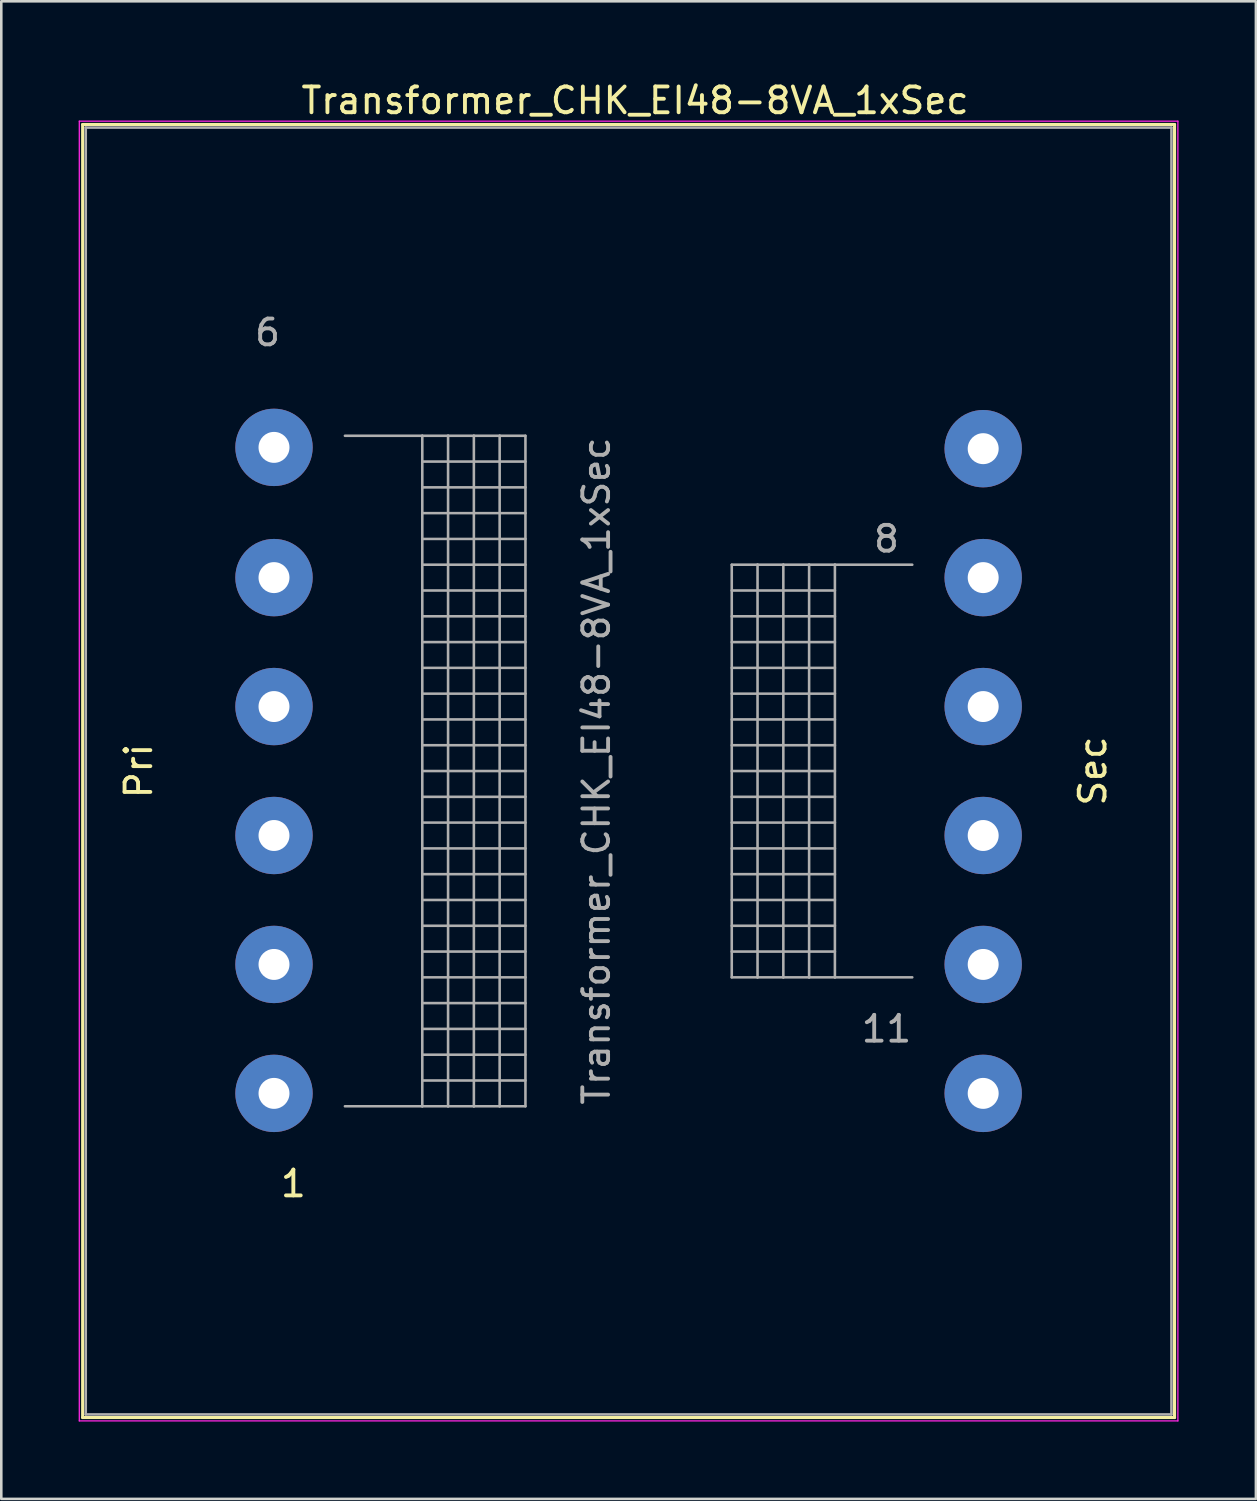
<source format=kicad_pcb>
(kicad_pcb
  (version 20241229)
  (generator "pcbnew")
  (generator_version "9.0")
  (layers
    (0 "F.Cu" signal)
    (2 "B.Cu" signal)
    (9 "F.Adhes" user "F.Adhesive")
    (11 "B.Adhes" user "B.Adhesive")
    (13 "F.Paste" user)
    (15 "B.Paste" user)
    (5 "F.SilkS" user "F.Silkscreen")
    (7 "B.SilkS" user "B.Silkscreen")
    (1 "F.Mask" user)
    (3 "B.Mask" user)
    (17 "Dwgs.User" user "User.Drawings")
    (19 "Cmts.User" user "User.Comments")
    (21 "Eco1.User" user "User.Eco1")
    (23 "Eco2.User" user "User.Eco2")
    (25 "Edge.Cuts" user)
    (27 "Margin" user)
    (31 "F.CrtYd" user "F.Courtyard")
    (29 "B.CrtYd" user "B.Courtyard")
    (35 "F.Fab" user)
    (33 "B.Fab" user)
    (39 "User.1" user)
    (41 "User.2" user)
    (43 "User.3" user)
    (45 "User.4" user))
  (footprint "Transformer_CHK_EI48-8VA_1xSec"
    (layer "F.Cu")
    (at 7.575 39.348)
    (property "Reference" "Transformer_CHK_EI48-8VA_1xSec" (at 14 -38.5 0) (layer "F.SilkS") (effects (font (size 1 1) (thickness 0.15))))
    (attr through_hole)
    (fp_line (start -7.42 -37.57) (end -7.42 12.57) (stroke (width 0.12) (type solid)) (layer "F.SilkS"))
    (fp_line (start -7.42 -37.57) (end 34.92 -37.57) (stroke (width 0.12) (type solid)) (layer "F.SilkS"))
    (fp_line (start 34.92 12.57) (end -7.42 12.57) (stroke (width 0.12) (type solid)) (layer "F.SilkS"))
    (fp_line (start 34.92 12.57) (end 34.92 -37.57) (stroke (width 0.12) (type solid)) (layer "F.SilkS"))
    (fp_line (start -7.55 -37.7) (end -7.55 12.7) (stroke (width 0.05) (type solid)) (layer "F.CrtYd"))
    (fp_line (start -7.55 -37.7) (end 35.05 -37.7) (stroke (width 0.05) (type solid)) (layer "F.CrtYd"))
    (fp_line (start 35.05 12.7) (end -7.55 12.7) (stroke (width 0.05) (type solid)) (layer "F.CrtYd"))
    (fp_line (start 35.05 12.7) (end 35.05 -37.7) (stroke (width 0.05) (type solid)) (layer "F.CrtYd"))
    (fp_line (start -7.3 -37.45) (end 34.8 -37.45) (stroke (width 0.1) (type solid)) (layer "F.Fab"))
    (fp_line (start -7.3 12.45) (end -7.3 -37.45) (stroke (width 0.1) (type solid)) (layer "F.Fab"))
    (fp_line (start 2.75 -25.5) (end 5.75 -25.5) (stroke (width 0.1) (type solid)) (layer "F.Fab"))
    (fp_line (start 5.75 -25.5) (end 5.75 0.5) (stroke (width 0.1) (type solid)) (layer "F.Fab"))
    (fp_line (start 5.75 -25.5) (end 6.75 -25.5) (stroke (width 0.1) (type solid)) (layer "F.Fab"))
    (fp_line (start 5.75 -24.5) (end 9.75 -24.5) (stroke (width 0.1) (type solid)) (layer "F.Fab"))
    (fp_line (start 5.75 -23.5) (end 9.75 -23.5) (stroke (width 0.1) (type solid)) (layer "F.Fab"))
    (fp_line (start 5.75 -22.5) (end 9.75 -22.5) (stroke (width 0.1) (type solid)) (layer "F.Fab"))
    (fp_line (start 5.75 -21.5) (end 9.75 -21.5) (stroke (width 0.1) (type solid)) (layer "F.Fab"))
    (fp_line (start 5.75 -20.5) (end 9.75 -20.5) (stroke (width 0.1) (type solid)) (layer "F.Fab"))
    (fp_line (start 5.75 -19.5) (end 9.75 -19.5) (stroke (width 0.1) (type solid)) (layer "F.Fab"))
    (fp_line (start 5.75 -18.5) (end 9.75 -18.5) (stroke (width 0.1) (type solid)) (layer "F.Fab"))
    (fp_line (start 5.75 -17.5) (end 9.75 -17.5) (stroke (width 0.1) (type solid)) (layer "F.Fab"))
    (fp_line (start 5.75 -16.5) (end 9.75 -16.5) (stroke (width 0.1) (type solid)) (layer "F.Fab"))
    (fp_line (start 5.75 -15.5) (end 9.75 -15.5) (stroke (width 0.1) (type solid)) (layer "F.Fab"))
    (fp_line (start 5.75 -14.5) (end 9.75 -14.5) (stroke (width 0.1) (type solid)) (layer "F.Fab"))
    (fp_line (start 5.75 -13.5) (end 9.75 -13.5) (stroke (width 0.1) (type solid)) (layer "F.Fab"))
    (fp_line (start 5.75 -12.5) (end 9.75 -12.5) (stroke (width 0.1) (type solid)) (layer "F.Fab"))
    (fp_line (start 5.75 -11.5) (end 9.75 -11.5) (stroke (width 0.1) (type solid)) (layer "F.Fab"))
    (fp_line (start 5.75 -10.5) (end 9.75 -10.5) (stroke (width 0.1) (type solid)) (layer "F.Fab"))
    (fp_line (start 5.75 -9.5) (end 9.75 -9.5) (stroke (width 0.1) (type solid)) (layer "F.Fab"))
    (fp_line (start 5.75 -8.5) (end 9.75 -8.5) (stroke (width 0.1) (type solid)) (layer "F.Fab"))
    (fp_line (start 5.75 -7.5) (end 9.75 -7.5) (stroke (width 0.1) (type solid)) (layer "F.Fab"))
    (fp_line (start 5.75 -6.5) (end 9.75 -6.5) (stroke (width 0.1) (type solid)) (layer "F.Fab"))
    (fp_line (start 5.75 -5.5) (end 9.75 -5.5) (stroke (width 0.1) (type solid)) (layer "F.Fab"))
    (fp_line (start 5.75 -4.5) (end 9.75 -4.5) (stroke (width 0.1) (type solid)) (layer "F.Fab"))
    (fp_line (start 5.75 -3.5) (end 9.75 -3.5) (stroke (width 0.1) (type solid)) (layer "F.Fab"))
    (fp_line (start 5.75 -2.5) (end 9.75 -2.5) (stroke (width 0.1) (type solid)) (layer "F.Fab"))
    (fp_line (start 5.75 -1.5) (end 9.75 -1.5) (stroke (width 0.1) (type solid)) (layer "F.Fab"))
    (fp_line (start 5.75 -0.5) (end 9.75 -0.5) (stroke (width 0.1) (type solid)) (layer "F.Fab"))
    (fp_line (start 5.75 0.5) (end 2.75 0.5) (stroke (width 0.1) (type solid)) (layer "F.Fab"))
    (fp_line (start 6.75 -25.5) (end 6.75 0.5) (stroke (width 0.1) (type solid)) (layer "F.Fab"))
    (fp_line (start 6.75 -25.5) (end 7.75 -25.5) (stroke (width 0.1) (type solid)) (layer "F.Fab"))
    (fp_line (start 6.75 0.5) (end 5.75 0.5) (stroke (width 0.1) (type solid)) (layer "F.Fab"))
    (fp_line (start 7.75 -25.5) (end 7.75 0.5) (stroke (width 0.1) (type solid)) (layer "F.Fab"))
    (fp_line (start 7.75 -25.5) (end 8.75 -25.5) (stroke (width 0.1) (type solid)) (layer "F.Fab"))
    (fp_line (start 7.75 0.5) (end 6.75 0.5) (stroke (width 0.1) (type solid)) (layer "F.Fab"))
    (fp_line (start 8.75 -25.5) (end 8.75 0.5) (stroke (width 0.1) (type solid)) (layer "F.Fab"))
    (fp_line (start 8.75 -25.5) (end 9.75 -25.5) (stroke (width 0.1) (type solid)) (layer "F.Fab"))
    (fp_line (start 8.75 0.5) (end 7.75 0.5) (stroke (width 0.1) (type solid)) (layer "F.Fab"))
    (fp_line (start 9.75 -25.5) (end 9.75 0.5) (stroke (width 0.1) (type solid)) (layer "F.Fab"))
    (fp_line (start 9.75 0.5) (end 8.75 0.5) (stroke (width 0.1) (type solid)) (layer "F.Fab"))
    (fp_line (start 17.75 -20.5) (end 17.75 -4.5) (stroke (width 0.1) (type solid)) (layer "F.Fab"))
    (fp_line (start 17.75 -19.5) (end 21.75 -19.5) (stroke (width 0.1) (type solid)) (layer "F.Fab"))
    (fp_line (start 17.75 -18.5) (end 21.75 -18.5) (stroke (width 0.1) (type solid)) (layer "F.Fab"))
    (fp_line (start 17.75 -17.5) (end 21.75 -17.5) (stroke (width 0.1) (type solid)) (layer "F.Fab"))
    (fp_line (start 17.75 -16.5) (end 21.75 -16.5) (stroke (width 0.1) (type solid)) (layer "F.Fab"))
    (fp_line (start 17.75 -15.5) (end 21.75 -15.5) (stroke (width 0.1) (type solid)) (layer "F.Fab"))
    (fp_line (start 17.75 -14.5) (end 21.75 -14.5) (stroke (width 0.1) (type solid)) (layer "F.Fab"))
    (fp_line (start 17.75 -13.5) (end 21.75 -13.5) (stroke (width 0.1) (type solid)) (layer "F.Fab"))
    (fp_line (start 17.75 -12.5) (end 21.75 -12.5) (stroke (width 0.1) (type solid)) (layer "F.Fab"))
    (fp_line (start 17.75 -11.5) (end 21.75 -11.5) (stroke (width 0.1) (type solid)) (layer "F.Fab"))
    (fp_line (start 17.75 -10.5) (end 21.75 -10.5) (stroke (width 0.1) (type solid)) (layer "F.Fab"))
    (fp_line (start 17.75 -9.5) (end 21.75 -9.5) (stroke (width 0.1) (type solid)) (layer "F.Fab"))
    (fp_line (start 17.75 -8.5) (end 21.75 -8.5) (stroke (width 0.1) (type solid)) (layer "F.Fab"))
    (fp_line (start 17.75 -7.5) (end 21.75 -7.5) (stroke (width 0.1) (type solid)) (layer "F.Fab"))
    (fp_line (start 17.75 -6.5) (end 21.75 -6.5) (stroke (width 0.1) (type solid)) (layer "F.Fab"))
    (fp_line (start 17.75 -5.5) (end 21.75 -5.5) (stroke (width 0.1) (type solid)) (layer "F.Fab"))
    (fp_line (start 17.75 -4.5) (end 18.75 -4.5) (stroke (width 0.1) (type solid)) (layer "F.Fab"))
    (fp_line (start 18.75 -20.5) (end 17.75 -20.5) (stroke (width 0.1) (type solid)) (layer "F.Fab"))
    (fp_line (start 18.75 -20.5) (end 18.75 -4.5) (stroke (width 0.1) (type solid)) (layer "F.Fab"))
    (fp_line (start 18.75 -4.5) (end 19.75 -4.5) (stroke (width 0.1) (type solid)) (layer "F.Fab"))
    (fp_line (start 19.75 -20.5) (end 18.75 -20.5) (stroke (width 0.1) (type solid)) (layer "F.Fab"))
    (fp_line (start 19.75 -20.5) (end 19.75 -4.5) (stroke (width 0.1) (type solid)) (layer "F.Fab"))
    (fp_line (start 19.75 -4.5) (end 20.75 -4.5) (stroke (width 0.1) (type solid)) (layer "F.Fab"))
    (fp_line (start 20.75 -20.5) (end 19.75 -20.5) (stroke (width 0.1) (type solid)) (layer "F.Fab"))
    (fp_line (start 20.75 -20.5) (end 20.75 -4.5) (stroke (width 0.1) (type solid)) (layer "F.Fab"))
    (fp_line (start 20.75 -4.5) (end 21.75 -4.5) (stroke (width 0.1) (type solid)) (layer "F.Fab"))
    (fp_line (start 21.75 -20.5) (end 20.75 -20.5) (stroke (width 0.1) (type solid)) (layer "F.Fab"))
    (fp_line (start 21.75 -20.5) (end 21.75 -4.5) (stroke (width 0.1) (type solid)) (layer "F.Fab"))
    (fp_line (start 21.75 -4.5) (end 24.75 -4.5) (stroke (width 0.1) (type solid)) (layer "F.Fab"))
    (fp_line (start 24.75 -20.5) (end 21.75 -20.5) (stroke (width 0.1) (type solid)) (layer "F.Fab"))
    (fp_line (start 34.8 -37.45) (end 34.8 12.45) (stroke (width 0.1) (type solid)) (layer "F.Fab"))
    (fp_line (start 34.8 12.45) (end -7.3 12.45) (stroke (width 0.1) (type solid)) (layer "F.Fab"))
    (fp_text user "1" (at 0.75 3.5 0) (layer "F.SilkS") (effects (font (size 1 1) (thickness 0.15))))
    (fp_text user "Sec" (at 31.75 -12.5 90) (layer "F.SilkS") (effects (font (size 1 1) (thickness 0.15))))
    (fp_text user "Pri" (at -5.25 -12.5 90) (layer "F.SilkS") (effects (font (size 1 1) (thickness 0.15))))
    (fp_text user "6" (at -0.25 -29.5 0) (layer "F.Fab") (effects (font (size 1 1) (thickness 0.15))))
    (fp_text user "${REFERENCE}" (at 12.5 -12.5 90) (layer "F.Fab") (effects (font (size 1 1) (thickness 0.15))))
    (fp_text user "8" (at 23.75 -21.5 0) (layer "F.Fab") (effects (font (size 1 1) (thickness 0.15))))
    (fp_text user "11" (at 23.75 -2.5 0) (layer "F.Fab") (effects (font (size 1 1) (thickness 0.15))))
    (pad "1" thru_hole circle (at 0 0) (size 3 3) (drill 1.2) (layers "*.Cu" "*.Mask"))
    (pad "2" thru_hole circle (at 0 -5) (size 3 3) (drill 1.2) (layers "*.Cu" "*.Mask"))
    (pad "3" thru_hole circle (at 0 -10) (size 3 3) (drill 1.2) (layers "*.Cu" "*.Mask"))
    (pad "4" thru_hole circle (at 0 -15) (size 3 3) (drill 1.2) (layers "*.Cu" "*.Mask"))
    (pad "5" thru_hole circle (at 0 -20) (size 3 3) (drill 1.2) (layers "*.Cu" "*.Mask"))
    (pad "6" thru_hole circle (at 0 -25.05) (size 3 3) (drill 1.2) (layers "*.Cu" "*.Mask"))
    (pad "7" thru_hole circle (at 27.5 -25) (size 3 3) (drill 1.2) (layers "*.Cu" "*.Mask"))
    (pad "8" thru_hole circle (at 27.5 -20) (size 3 3) (drill 1.2) (layers "*.Cu" "*.Mask"))
    (pad "9" thru_hole circle (at 27.5 -15) (size 3 3) (drill 1.2) (layers "*.Cu" "*.Mask"))
    (pad "10" thru_hole circle (at 27.5 -10) (size 3 3) (drill 1.2) (layers "*.Cu" "*.Mask"))
    (pad "11" thru_hole circle (at 27.5 -5) (size 3 3) (drill 1.2) (layers "*.Cu" "*.Mask"))
    (pad "12" thru_hole circle (at 27.5 0) (size 3 3) (drill 1.2) (layers "*.Cu" "*.Mask")))
  (gr_rect
    (start -3 -3)
    (end 45.65 55.073)
    (stroke (width 0.1) (type default))
    (fill no)
    (layer "Edge.Cuts")))
</source>
